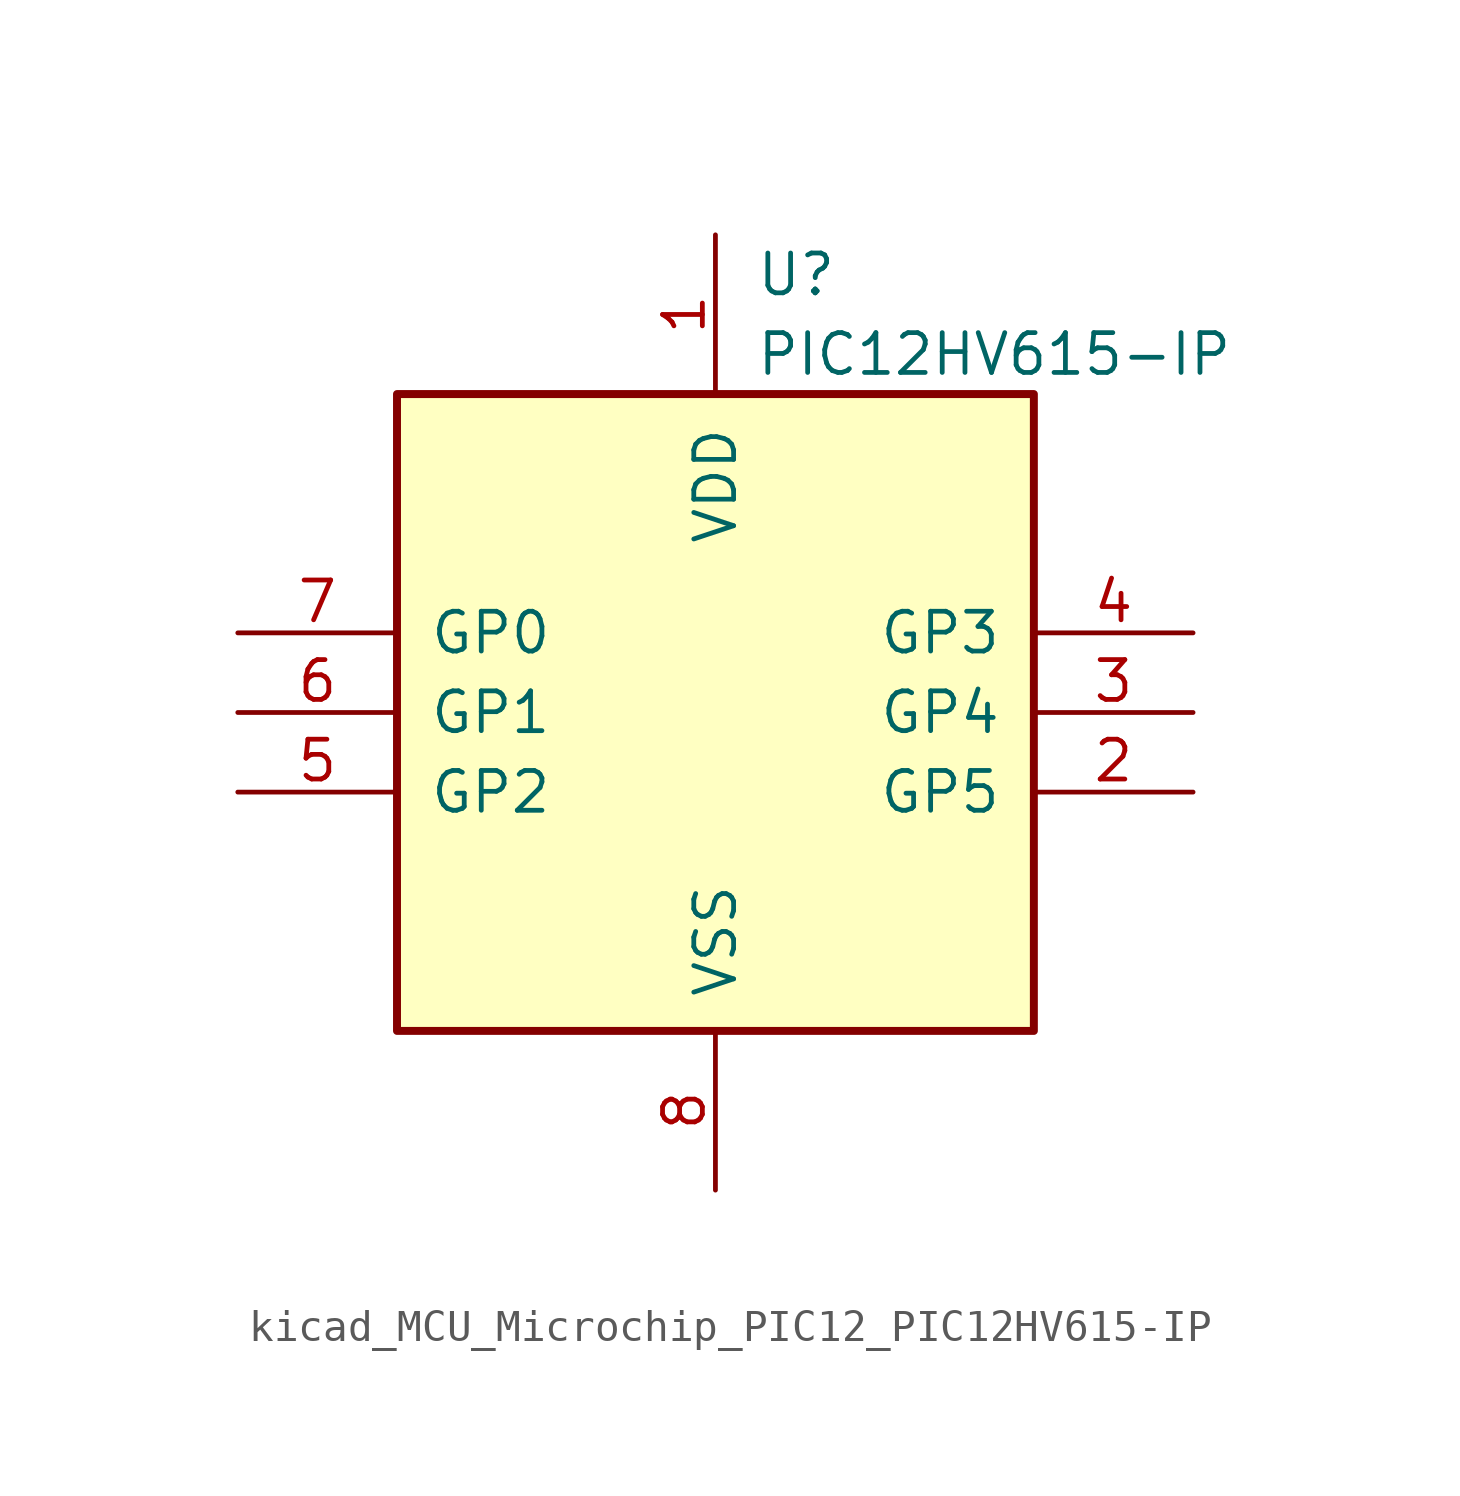
<source format=kicad_sym>
(kicad_symbol_lib
  (version 20220914)
  (generator kicad_symbol_editor)
  (symbol "kicad_MCU_Microchip_PIC12_PIC12HV615-IP"
    (pin_names
      (offset 1.016))
    (property "Reference" "U"
      (at 1.27 13.97 0)
      (effects (font (size 1.27 1.27)) (justify left)))
    (property "Value" "PIC12HV615-IP"
      (at 1.27 11.43 0)
      (effects (font (size 1.27 1.27)) (justify left)))
    (symbol "kicad_MCU_Microchip_PIC12_PIC12HV615-IP_0_1"
      (rectangle (start 10.16 -10.16) (end -10.16 10.16) (stroke (width 0.254) (type default)) (fill (type background))))
    (symbol "kicad_MCU_Microchip_PIC12_PIC12HV615-IP_1_1"
      (pin power_in line (at 0 15.24 270) (length 5.08) (name "VDD" (effects (font (size 1.27 1.27)))) (number "1" (effects (font (size 1.27 1.27)))))
      (pin bidirectional line (at 15.24 -2.54 180) (length 5.08) (name "GP5" (effects (font (size 1.27 1.27)))) (number "2" (effects (font (size 1.27 1.27)))))
      (pin bidirectional line (at 15.24 0 180) (length 5.08) (name "GP4" (effects (font (size 1.27 1.27)))) (number "3" (effects (font (size 1.27 1.27)))))
      (pin input line (at 15.24 2.54 180) (length 5.08) (name "GP3" (effects (font (size 1.27 1.27)))) (number "4" (effects (font (size 1.27 1.27)))))
      (pin bidirectional line (at -15.24 -2.54 0) (length 5.08) (name "GP2" (effects (font (size 1.27 1.27)))) (number "5" (effects (font (size 1.27 1.27)))))
      (pin bidirectional line (at -15.24 0 0) (length 5.08) (name "GP1" (effects (font (size 1.27 1.27)))) (number "6" (effects (font (size 1.27 1.27)))))
      (pin bidirectional line (at -15.24 2.54 0) (length 5.08) (name "GP0" (effects (font (size 1.27 1.27)))) (number "7" (effects (font (size 1.27 1.27)))))
      (pin power_in line (at 0 -15.24 90) (length 5.08) (name "VSS" (effects (font (size 1.27 1.27)))) (number "8" (effects (font (size 1.27 1.27))))))))
</source>
